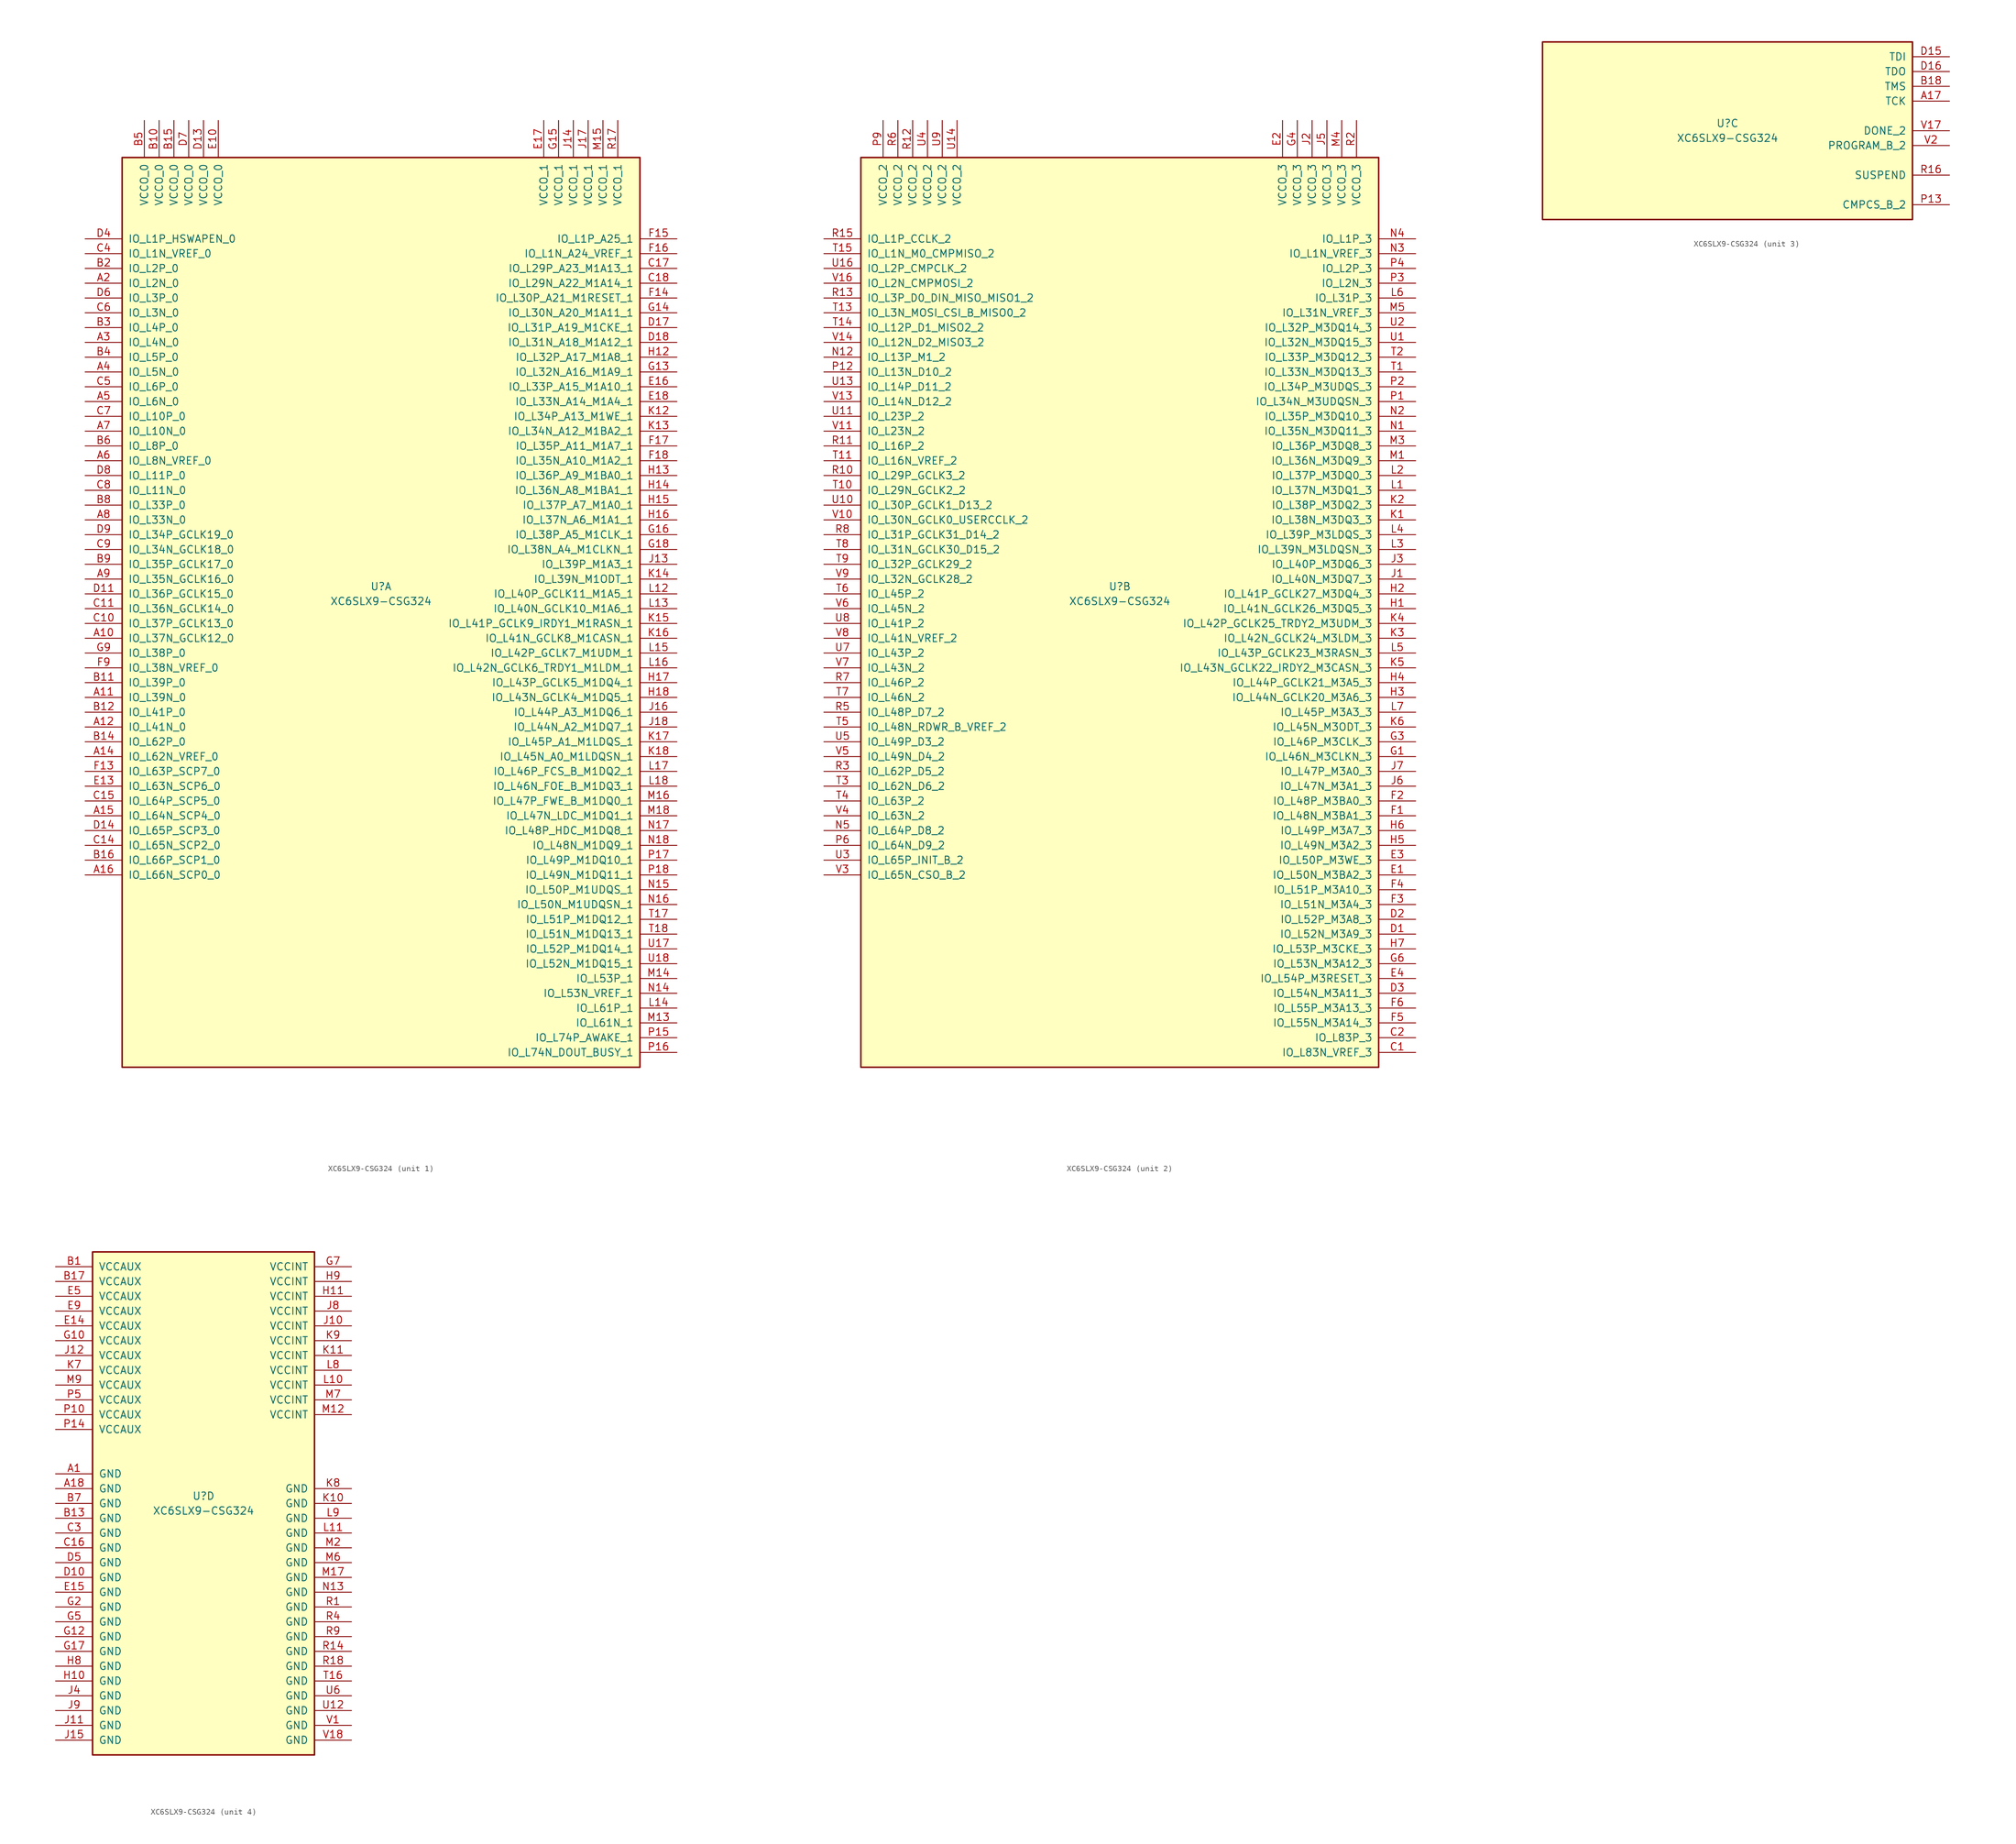
<source format=kicad_sym>
(kicad_symbol_lib
  (version 20201005)
  (generator kicad_symbol_editor)
  (symbol "FPGA_Xilinx_Spartan6:XC6SLX9-CSG324"
    (pin_names
      (offset 1.016))
    (property "Reference" "U"
      (at 0 1.27 0)
      (effects (font (size 1.27 1.27))))
    (property "Value" "XC6SLX9-CSG324"
      (at 0 -1.27 0)
      (effects (font (size 1.27 1.27))))
    (property "Datasheet" ""
      (at 0 0 0)
      (effects (font (size 1.27 1.27))))
    (property "ki_locked" ""
      (at 0 0 0)
      (effects (font (size 1.27 1.27))))
    (symbol "XC6SLX9-CSG324_1_1"
      (rectangle (start -44.45 74.93) (end 44.45 -81.28) (stroke (width 0.254)) (fill (type background)))
      (pin power_in line (at -40.64 81.28 270) (length 6.35) (name "VCCO_0" (effects (font (size 1.27 1.27)))) (number "B5" (effects (font (size 1.27 1.27)))))
      (pin power_in line (at -38.1 81.28 270) (length 6.35) (name "VCCO_0" (effects (font (size 1.27 1.27)))) (number "B10" (effects (font (size 1.27 1.27)))))
      (pin power_in line (at -35.56 81.28 270) (length 6.35) (name "VCCO_0" (effects (font (size 1.27 1.27)))) (number "B15" (effects (font (size 1.27 1.27)))))
      (pin power_in line (at -33.02 81.28 270) (length 6.35) (name "VCCO_0" (effects (font (size 1.27 1.27)))) (number "D7" (effects (font (size 1.27 1.27)))))
      (pin power_in line (at -30.48 81.28 270) (length 6.35) (name "VCCO_0" (effects (font (size 1.27 1.27)))) (number "D13" (effects (font (size 1.27 1.27)))))
      (pin power_in line (at -27.94 81.28 270) (length 6.35) (name "VCCO_0" (effects (font (size 1.27 1.27)))) (number "E10" (effects (font (size 1.27 1.27)))))
      (pin bidirectional line (at -50.8 60.96 0) (length 6.35) (name "IO_L1P_HSWAPEN_0" (effects (font (size 1.27 1.27)))) (number "D4" (effects (font (size 1.27 1.27)))))
      (pin bidirectional line (at -50.8 58.42 0) (length 6.35) (name "IO_L1N_VREF_0" (effects (font (size 1.27 1.27)))) (number "C4" (effects (font (size 1.27 1.27)))))
      (pin bidirectional line (at -50.8 55.88 0) (length 6.35) (name "IO_L2P_0" (effects (font (size 1.27 1.27)))) (number "B2" (effects (font (size 1.27 1.27)))))
      (pin bidirectional line (at -50.8 53.34 0) (length 6.35) (name "IO_L2N_0" (effects (font (size 1.27 1.27)))) (number "A2" (effects (font (size 1.27 1.27)))))
      (pin bidirectional line (at -50.8 50.8 0) (length 6.35) (name "IO_L3P_0" (effects (font (size 1.27 1.27)))) (number "D6" (effects (font (size 1.27 1.27)))))
      (pin bidirectional line (at -50.8 48.26 0) (length 6.35) (name "IO_L3N_0" (effects (font (size 1.27 1.27)))) (number "C6" (effects (font (size 1.27 1.27)))))
      (pin bidirectional line (at -50.8 45.72 0) (length 6.35) (name "IO_L4P_0" (effects (font (size 1.27 1.27)))) (number "B3" (effects (font (size 1.27 1.27)))))
      (pin bidirectional line (at -50.8 43.18 0) (length 6.35) (name "IO_L4N_0" (effects (font (size 1.27 1.27)))) (number "A3" (effects (font (size 1.27 1.27)))))
      (pin bidirectional line (at -50.8 40.64 0) (length 6.35) (name "IO_L5P_0" (effects (font (size 1.27 1.27)))) (number "B4" (effects (font (size 1.27 1.27)))))
      (pin bidirectional line (at -50.8 38.1 0) (length 6.35) (name "IO_L5N_0" (effects (font (size 1.27 1.27)))) (number "A4" (effects (font (size 1.27 1.27)))))
      (pin bidirectional line (at -50.8 35.56 0) (length 6.35) (name "IO_L6P_0" (effects (font (size 1.27 1.27)))) (number "C5" (effects (font (size 1.27 1.27)))))
      (pin bidirectional line (at -50.8 33.02 0) (length 6.35) (name "IO_L6N_0" (effects (font (size 1.27 1.27)))) (number "A5" (effects (font (size 1.27 1.27)))))
      (pin bidirectional line (at -50.8 30.48 0) (length 6.35) (name "IO_L10P_0" (effects (font (size 1.27 1.27)))) (number "C7" (effects (font (size 1.27 1.27)))))
      (pin bidirectional line (at -50.8 27.94 0) (length 6.35) (name "IO_L10N_0" (effects (font (size 1.27 1.27)))) (number "A7" (effects (font (size 1.27 1.27)))))
      (pin bidirectional line (at -50.8 25.4 0) (length 6.35) (name "IO_L8P_0" (effects (font (size 1.27 1.27)))) (number "B6" (effects (font (size 1.27 1.27)))))
      (pin bidirectional line (at -50.8 22.86 0) (length 6.35) (name "IO_L8N_VREF_0" (effects (font (size 1.27 1.27)))) (number "A6" (effects (font (size 1.27 1.27)))))
      (pin bidirectional line (at -50.8 20.32 0) (length 6.35) (name "IO_L11P_0" (effects (font (size 1.27 1.27)))) (number "D8" (effects (font (size 1.27 1.27)))))
      (pin bidirectional line (at -50.8 17.78 0) (length 6.35) (name "IO_L11N_0" (effects (font (size 1.27 1.27)))) (number "C8" (effects (font (size 1.27 1.27)))))
      (pin bidirectional line (at -50.8 15.24 0) (length 6.35) (name "IO_L33P_0" (effects (font (size 1.27 1.27)))) (number "B8" (effects (font (size 1.27 1.27)))))
      (pin bidirectional line (at -50.8 12.7 0) (length 6.35) (name "IO_L33N_0" (effects (font (size 1.27 1.27)))) (number "A8" (effects (font (size 1.27 1.27)))))
      (pin bidirectional line (at -50.8 10.16 0) (length 6.35) (name "IO_L34P_GCLK19_0" (effects (font (size 1.27 1.27)))) (number "D9" (effects (font (size 1.27 1.27)))))
      (pin bidirectional line (at -50.8 7.62 0) (length 6.35) (name "IO_L34N_GCLK18_0" (effects (font (size 1.27 1.27)))) (number "C9" (effects (font (size 1.27 1.27)))))
      (pin bidirectional line (at -50.8 5.08 0) (length 6.35) (name "IO_L35P_GCLK17_0" (effects (font (size 1.27 1.27)))) (number "B9" (effects (font (size 1.27 1.27)))))
      (pin bidirectional line (at -50.8 2.54 0) (length 6.35) (name "IO_L35N_GCLK16_0" (effects (font (size 1.27 1.27)))) (number "A9" (effects (font (size 1.27 1.27)))))
      (pin bidirectional line (at -50.8 0 0) (length 6.35) (name "IO_L36P_GCLK15_0" (effects (font (size 1.27 1.27)))) (number "D11" (effects (font (size 1.27 1.27)))))
      (pin bidirectional line (at -50.8 -2.54 0) (length 6.35) (name "IO_L36N_GCLK14_0" (effects (font (size 1.27 1.27)))) (number "C11" (effects (font (size 1.27 1.27)))))
      (pin bidirectional line (at -50.8 -5.08 0) (length 6.35) (name "IO_L37P_GCLK13_0" (effects (font (size 1.27 1.27)))) (number "C10" (effects (font (size 1.27 1.27)))))
      (pin bidirectional line (at -50.8 -7.62 0) (length 6.35) (name "IO_L37N_GCLK12_0" (effects (font (size 1.27 1.27)))) (number "A10" (effects (font (size 1.27 1.27)))))
      (pin bidirectional line (at -50.8 -10.16 0) (length 6.35) (name "IO_L38P_0" (effects (font (size 1.27 1.27)))) (number "G9" (effects (font (size 1.27 1.27)))))
      (pin bidirectional line (at -50.8 -12.7 0) (length 6.35) (name "IO_L38N_VREF_0" (effects (font (size 1.27 1.27)))) (number "F9" (effects (font (size 1.27 1.27)))))
      (pin bidirectional line (at -50.8 -15.24 0) (length 6.35) (name "IO_L39P_0" (effects (font (size 1.27 1.27)))) (number "B11" (effects (font (size 1.27 1.27)))))
      (pin bidirectional line (at -50.8 -17.78 0) (length 6.35) (name "IO_L39N_0" (effects (font (size 1.27 1.27)))) (number "A11" (effects (font (size 1.27 1.27)))))
      (pin bidirectional line (at -50.8 -20.32 0) (length 6.35) (name "IO_L41P_0" (effects (font (size 1.27 1.27)))) (number "B12" (effects (font (size 1.27 1.27)))))
      (pin bidirectional line (at -50.8 -22.86 0) (length 6.35) (name "IO_L41N_0" (effects (font (size 1.27 1.27)))) (number "A12" (effects (font (size 1.27 1.27)))))
      (pin bidirectional line (at -50.8 -25.4 0) (length 6.35) (name "IO_L62P_0" (effects (font (size 1.27 1.27)))) (number "B14" (effects (font (size 1.27 1.27)))))
      (pin bidirectional line (at -50.8 -27.94 0) (length 6.35) (name "IO_L62N_VREF_0" (effects (font (size 1.27 1.27)))) (number "A14" (effects (font (size 1.27 1.27)))))
      (pin bidirectional line (at -50.8 -30.48 0) (length 6.35) (name "IO_L63P_SCP7_0" (effects (font (size 1.27 1.27)))) (number "F13" (effects (font (size 1.27 1.27)))))
      (pin bidirectional line (at -50.8 -33.02 0) (length 6.35) (name "IO_L63N_SCP6_0" (effects (font (size 1.27 1.27)))) (number "E13" (effects (font (size 1.27 1.27)))))
      (pin bidirectional line (at -50.8 -35.56 0) (length 6.35) (name "IO_L64P_SCP5_0" (effects (font (size 1.27 1.27)))) (number "C15" (effects (font (size 1.27 1.27)))))
      (pin bidirectional line (at -50.8 -38.1 0) (length 6.35) (name "IO_L64N_SCP4_0" (effects (font (size 1.27 1.27)))) (number "A15" (effects (font (size 1.27 1.27)))))
      (pin bidirectional line (at -50.8 -40.64 0) (length 6.35) (name "IO_L65P_SCP3_0" (effects (font (size 1.27 1.27)))) (number "D14" (effects (font (size 1.27 1.27)))))
      (pin bidirectional line (at -50.8 -43.18 0) (length 6.35) (name "IO_L65N_SCP2_0" (effects (font (size 1.27 1.27)))) (number "C14" (effects (font (size 1.27 1.27)))))
      (pin bidirectional line (at -50.8 -45.72 0) (length 6.35) (name "IO_L66P_SCP1_0" (effects (font (size 1.27 1.27)))) (number "B16" (effects (font (size 1.27 1.27)))))
      (pin bidirectional line (at -50.8 -48.26 0) (length 6.35) (name "IO_L66N_SCP0_0" (effects (font (size 1.27 1.27)))) (number "A16" (effects (font (size 1.27 1.27)))))
      (pin power_in line (at 27.94 81.28 270) (length 6.35) (name "VCCO_1" (effects (font (size 1.27 1.27)))) (number "E17" (effects (font (size 1.27 1.27)))))
      (pin power_in line (at 30.48 81.28 270) (length 6.35) (name "VCCO_1" (effects (font (size 1.27 1.27)))) (number "G15" (effects (font (size 1.27 1.27)))))
      (pin power_in line (at 33.02 81.28 270) (length 6.35) (name "VCCO_1" (effects (font (size 1.27 1.27)))) (number "J14" (effects (font (size 1.27 1.27)))))
      (pin power_in line (at 35.56 81.28 270) (length 6.35) (name "VCCO_1" (effects (font (size 1.27 1.27)))) (number "J17" (effects (font (size 1.27 1.27)))))
      (pin power_in line (at 38.1 81.28 270) (length 6.35) (name "VCCO_1" (effects (font (size 1.27 1.27)))) (number "M15" (effects (font (size 1.27 1.27)))))
      (pin power_in line (at 40.64 81.28 270) (length 6.35) (name "VCCO_1" (effects (font (size 1.27 1.27)))) (number "R17" (effects (font (size 1.27 1.27)))))
      (pin bidirectional line (at 50.8 60.96 180) (length 6.35) (name "IO_L1P_A25_1" (effects (font (size 1.27 1.27)))) (number "F15" (effects (font (size 1.27 1.27)))))
      (pin bidirectional line (at 50.8 58.42 180) (length 6.35) (name "IO_L1N_A24_VREF_1" (effects (font (size 1.27 1.27)))) (number "F16" (effects (font (size 1.27 1.27)))))
      (pin bidirectional line (at 50.8 55.88 180) (length 6.35) (name "IO_L29P_A23_M1A13_1" (effects (font (size 1.27 1.27)))) (number "C17" (effects (font (size 1.27 1.27)))))
      (pin bidirectional line (at 50.8 53.34 180) (length 6.35) (name "IO_L29N_A22_M1A14_1" (effects (font (size 1.27 1.27)))) (number "C18" (effects (font (size 1.27 1.27)))))
      (pin bidirectional line (at 50.8 50.8 180) (length 6.35) (name "IO_L30P_A21_M1RESET_1" (effects (font (size 1.27 1.27)))) (number "F14" (effects (font (size 1.27 1.27)))))
      (pin bidirectional line (at 50.8 48.26 180) (length 6.35) (name "IO_L30N_A20_M1A11_1" (effects (font (size 1.27 1.27)))) (number "G14" (effects (font (size 1.27 1.27)))))
      (pin bidirectional line (at 50.8 45.72 180) (length 6.35) (name "IO_L31P_A19_M1CKE_1" (effects (font (size 1.27 1.27)))) (number "D17" (effects (font (size 1.27 1.27)))))
      (pin bidirectional line (at 50.8 43.18 180) (length 6.35) (name "IO_L31N_A18_M1A12_1" (effects (font (size 1.27 1.27)))) (number "D18" (effects (font (size 1.27 1.27)))))
      (pin bidirectional line (at 50.8 40.64 180) (length 6.35) (name "IO_L32P_A17_M1A8_1" (effects (font (size 1.27 1.27)))) (number "H12" (effects (font (size 1.27 1.27)))))
      (pin bidirectional line (at 50.8 38.1 180) (length 6.35) (name "IO_L32N_A16_M1A9_1" (effects (font (size 1.27 1.27)))) (number "G13" (effects (font (size 1.27 1.27)))))
      (pin bidirectional line (at 50.8 35.56 180) (length 6.35) (name "IO_L33P_A15_M1A10_1" (effects (font (size 1.27 1.27)))) (number "E16" (effects (font (size 1.27 1.27)))))
      (pin bidirectional line (at 50.8 33.02 180) (length 6.35) (name "IO_L33N_A14_M1A4_1" (effects (font (size 1.27 1.27)))) (number "E18" (effects (font (size 1.27 1.27)))))
      (pin bidirectional line (at 50.8 30.48 180) (length 6.35) (name "IO_L34P_A13_M1WE_1" (effects (font (size 1.27 1.27)))) (number "K12" (effects (font (size 1.27 1.27)))))
      (pin bidirectional line (at 50.8 27.94 180) (length 6.35) (name "IO_L34N_A12_M1BA2_1" (effects (font (size 1.27 1.27)))) (number "K13" (effects (font (size 1.27 1.27)))))
      (pin bidirectional line (at 50.8 25.4 180) (length 6.35) (name "IO_L35P_A11_M1A7_1" (effects (font (size 1.27 1.27)))) (number "F17" (effects (font (size 1.27 1.27)))))
      (pin bidirectional line (at 50.8 22.86 180) (length 6.35) (name "IO_L35N_A10_M1A2_1" (effects (font (size 1.27 1.27)))) (number "F18" (effects (font (size 1.27 1.27)))))
      (pin bidirectional line (at 50.8 20.32 180) (length 6.35) (name "IO_L36P_A9_M1BA0_1" (effects (font (size 1.27 1.27)))) (number "H13" (effects (font (size 1.27 1.27)))))
      (pin bidirectional line (at 50.8 17.78 180) (length 6.35) (name "IO_L36N_A8_M1BA1_1" (effects (font (size 1.27 1.27)))) (number "H14" (effects (font (size 1.27 1.27)))))
      (pin bidirectional line (at 50.8 15.24 180) (length 6.35) (name "IO_L37P_A7_M1A0_1" (effects (font (size 1.27 1.27)))) (number "H15" (effects (font (size 1.27 1.27)))))
      (pin bidirectional line (at 50.8 12.7 180) (length 6.35) (name "IO_L37N_A6_M1A1_1" (effects (font (size 1.27 1.27)))) (number "H16" (effects (font (size 1.27 1.27)))))
      (pin bidirectional line (at 50.8 10.16 180) (length 6.35) (name "IO_L38P_A5_M1CLK_1" (effects (font (size 1.27 1.27)))) (number "G16" (effects (font (size 1.27 1.27)))))
      (pin bidirectional line (at 50.8 7.62 180) (length 6.35) (name "IO_L38N_A4_M1CLKN_1" (effects (font (size 1.27 1.27)))) (number "G18" (effects (font (size 1.27 1.27)))))
      (pin bidirectional line (at 50.8 5.08 180) (length 6.35) (name "IO_L39P_M1A3_1" (effects (font (size 1.27 1.27)))) (number "J13" (effects (font (size 1.27 1.27)))))
      (pin bidirectional line (at 50.8 2.54 180) (length 6.35) (name "IO_L39N_M1ODT_1" (effects (font (size 1.27 1.27)))) (number "K14" (effects (font (size 1.27 1.27)))))
      (pin bidirectional line (at 50.8 0 180) (length 6.35) (name "IO_L40P_GCLK11_M1A5_1" (effects (font (size 1.27 1.27)))) (number "L12" (effects (font (size 1.27 1.27)))))
      (pin bidirectional line (at 50.8 -2.54 180) (length 6.35) (name "IO_L40N_GCLK10_M1A6_1" (effects (font (size 1.27 1.27)))) (number "L13" (effects (font (size 1.27 1.27)))))
      (pin bidirectional line (at 50.8 -5.08 180) (length 6.35) (name "IO_L41P_GCLK9_IRDY1_M1RASN_1" (effects (font (size 1.27 1.27)))) (number "K15" (effects (font (size 1.27 1.27)))))
      (pin bidirectional line (at 50.8 -7.62 180) (length 6.35) (name "IO_L41N_GCLK8_M1CASN_1" (effects (font (size 1.27 1.27)))) (number "K16" (effects (font (size 1.27 1.27)))))
      (pin bidirectional line (at 50.8 -10.16 180) (length 6.35) (name "IO_L42P_GCLK7_M1UDM_1" (effects (font (size 1.27 1.27)))) (number "L15" (effects (font (size 1.27 1.27)))))
      (pin bidirectional line (at 50.8 -12.7 180) (length 6.35) (name "IO_L42N_GCLK6_TRDY1_M1LDM_1" (effects (font (size 1.27 1.27)))) (number "L16" (effects (font (size 1.27 1.27)))))
      (pin bidirectional line (at 50.8 -15.24 180) (length 6.35) (name "IO_L43P_GCLK5_M1DQ4_1" (effects (font (size 1.27 1.27)))) (number "H17" (effects (font (size 1.27 1.27)))))
      (pin bidirectional line (at 50.8 -17.78 180) (length 6.35) (name "IO_L43N_GCLK4_M1DQ5_1" (effects (font (size 1.27 1.27)))) (number "H18" (effects (font (size 1.27 1.27)))))
      (pin bidirectional line (at 50.8 -20.32 180) (length 6.35) (name "IO_L44P_A3_M1DQ6_1" (effects (font (size 1.27 1.27)))) (number "J16" (effects (font (size 1.27 1.27)))))
      (pin bidirectional line (at 50.8 -22.86 180) (length 6.35) (name "IO_L44N_A2_M1DQ7_1" (effects (font (size 1.27 1.27)))) (number "J18" (effects (font (size 1.27 1.27)))))
      (pin bidirectional line (at 50.8 -25.4 180) (length 6.35) (name "IO_L45P_A1_M1LDQS_1" (effects (font (size 1.27 1.27)))) (number "K17" (effects (font (size 1.27 1.27)))))
      (pin bidirectional line (at 50.8 -27.94 180) (length 6.35) (name "IO_L45N_A0_M1LDQSN_1" (effects (font (size 1.27 1.27)))) (number "K18" (effects (font (size 1.27 1.27)))))
      (pin bidirectional line (at 50.8 -30.48 180) (length 6.35) (name "IO_L46P_FCS_B_M1DQ2_1" (effects (font (size 1.27 1.27)))) (number "L17" (effects (font (size 1.27 1.27)))))
      (pin bidirectional line (at 50.8 -33.02 180) (length 6.35) (name "IO_L46N_FOE_B_M1DQ3_1" (effects (font (size 1.27 1.27)))) (number "L18" (effects (font (size 1.27 1.27)))))
      (pin bidirectional line (at 50.8 -35.56 180) (length 6.35) (name "IO_L47P_FWE_B_M1DQ0_1" (effects (font (size 1.27 1.27)))) (number "M16" (effects (font (size 1.27 1.27)))))
      (pin bidirectional line (at 50.8 -38.1 180) (length 6.35) (name "IO_L47N_LDC_M1DQ1_1" (effects (font (size 1.27 1.27)))) (number "M18" (effects (font (size 1.27 1.27)))))
      (pin bidirectional line (at 50.8 -40.64 180) (length 6.35) (name "IO_L48P_HDC_M1DQ8_1" (effects (font (size 1.27 1.27)))) (number "N17" (effects (font (size 1.27 1.27)))))
      (pin bidirectional line (at 50.8 -43.18 180) (length 6.35) (name "IO_L48N_M1DQ9_1" (effects (font (size 1.27 1.27)))) (number "N18" (effects (font (size 1.27 1.27)))))
      (pin bidirectional line (at 50.8 -45.72 180) (length 6.35) (name "IO_L49P_M1DQ10_1" (effects (font (size 1.27 1.27)))) (number "P17" (effects (font (size 1.27 1.27)))))
      (pin bidirectional line (at 50.8 -48.26 180) (length 6.35) (name "IO_L49N_M1DQ11_1" (effects (font (size 1.27 1.27)))) (number "P18" (effects (font (size 1.27 1.27)))))
      (pin bidirectional line (at 50.8 -50.8 180) (length 6.35) (name "IO_L50P_M1UDQS_1" (effects (font (size 1.27 1.27)))) (number "N15" (effects (font (size 1.27 1.27)))))
      (pin bidirectional line (at 50.8 -53.34 180) (length 6.35) (name "IO_L50N_M1UDQSN_1" (effects (font (size 1.27 1.27)))) (number "N16" (effects (font (size 1.27 1.27)))))
      (pin bidirectional line (at 50.8 -55.88 180) (length 6.35) (name "IO_L51P_M1DQ12_1" (effects (font (size 1.27 1.27)))) (number "T17" (effects (font (size 1.27 1.27)))))
      (pin bidirectional line (at 50.8 -58.42 180) (length 6.35) (name "IO_L51N_M1DQ13_1" (effects (font (size 1.27 1.27)))) (number "T18" (effects (font (size 1.27 1.27)))))
      (pin bidirectional line (at 50.8 -60.96 180) (length 6.35) (name "IO_L52P_M1DQ14_1" (effects (font (size 1.27 1.27)))) (number "U17" (effects (font (size 1.27 1.27)))))
      (pin bidirectional line (at 50.8 -63.5 180) (length 6.35) (name "IO_L52N_M1DQ15_1" (effects (font (size 1.27 1.27)))) (number "U18" (effects (font (size 1.27 1.27)))))
      (pin bidirectional line (at 50.8 -66.04 180) (length 6.35) (name "IO_L53P_1" (effects (font (size 1.27 1.27)))) (number "M14" (effects (font (size 1.27 1.27)))))
      (pin bidirectional line (at 50.8 -68.58 180) (length 6.35) (name "IO_L53N_VREF_1" (effects (font (size 1.27 1.27)))) (number "N14" (effects (font (size 1.27 1.27)))))
      (pin bidirectional line (at 50.8 -71.12 180) (length 6.35) (name "IO_L61P_1" (effects (font (size 1.27 1.27)))) (number "L14" (effects (font (size 1.27 1.27)))))
      (pin bidirectional line (at 50.8 -73.66 180) (length 6.35) (name "IO_L61N_1" (effects (font (size 1.27 1.27)))) (number "M13" (effects (font (size 1.27 1.27)))))
      (pin bidirectional line (at 50.8 -76.2 180) (length 6.35) (name "IO_L74P_AWAKE_1" (effects (font (size 1.27 1.27)))) (number "P15" (effects (font (size 1.27 1.27)))))
      (pin bidirectional line (at 50.8 -78.74 180) (length 6.35) (name "IO_L74N_DOUT_BUSY_1" (effects (font (size 1.27 1.27)))) (number "P16" (effects (font (size 1.27 1.27))))))
    (symbol "XC6SLX9-CSG324_2_1"
      (rectangle (start -44.45 74.93) (end 44.45 -81.28) (stroke (width 0.254)) (fill (type background)))
      (pin power_in line (at -40.64 81.28 270) (length 6.35) (name "VCCO_2" (effects (font (size 1.27 1.27)))) (number "P9" (effects (font (size 1.27 1.27)))))
      (pin power_in line (at -38.1 81.28 270) (length 6.35) (name "VCCO_2" (effects (font (size 1.27 1.27)))) (number "R6" (effects (font (size 1.27 1.27)))))
      (pin power_in line (at -35.56 81.28 270) (length 6.35) (name "VCCO_2" (effects (font (size 1.27 1.27)))) (number "R12" (effects (font (size 1.27 1.27)))))
      (pin power_in line (at -33.02 81.28 270) (length 6.35) (name "VCCO_2" (effects (font (size 1.27 1.27)))) (number "U4" (effects (font (size 1.27 1.27)))))
      (pin power_in line (at -30.48 81.28 270) (length 6.35) (name "VCCO_2" (effects (font (size 1.27 1.27)))) (number "U9" (effects (font (size 1.27 1.27)))))
      (pin power_in line (at -27.94 81.28 270) (length 6.35) (name "VCCO_2" (effects (font (size 1.27 1.27)))) (number "U14" (effects (font (size 1.27 1.27)))))
      (pin bidirectional line (at -50.8 60.96 0) (length 6.35) (name "IO_L1P_CCLK_2" (effects (font (size 1.27 1.27)))) (number "R15" (effects (font (size 1.27 1.27)))))
      (pin bidirectional line (at -50.8 58.42 0) (length 6.35) (name "IO_L1N_M0_CMPMISO_2" (effects (font (size 1.27 1.27)))) (number "T15" (effects (font (size 1.27 1.27)))))
      (pin bidirectional line (at -50.8 55.88 0) (length 6.35) (name "IO_L2P_CMPCLK_2" (effects (font (size 1.27 1.27)))) (number "U16" (effects (font (size 1.27 1.27)))))
      (pin bidirectional line (at -50.8 53.34 0) (length 6.35) (name "IO_L2N_CMPMOSI_2" (effects (font (size 1.27 1.27)))) (number "V16" (effects (font (size 1.27 1.27)))))
      (pin bidirectional line (at -50.8 50.8 0) (length 6.35) (name "IO_L3P_D0_DIN_MISO_MISO1_2" (effects (font (size 1.27 1.27)))) (number "R13" (effects (font (size 1.27 1.27)))))
      (pin bidirectional line (at -50.8 48.26 0) (length 6.35) (name "IO_L3N_MOSI_CSI_B_MISO0_2" (effects (font (size 1.27 1.27)))) (number "T13" (effects (font (size 1.27 1.27)))))
      (pin bidirectional line (at -50.8 45.72 0) (length 6.35) (name "IO_L12P_D1_MISO2_2" (effects (font (size 1.27 1.27)))) (number "T14" (effects (font (size 1.27 1.27)))))
      (pin bidirectional line (at -50.8 43.18 0) (length 6.35) (name "IO_L12N_D2_MISO3_2" (effects (font (size 1.27 1.27)))) (number "V14" (effects (font (size 1.27 1.27)))))
      (pin bidirectional line (at -50.8 40.64 0) (length 6.35) (name "IO_L13P_M1_2" (effects (font (size 1.27 1.27)))) (number "N12" (effects (font (size 1.27 1.27)))))
      (pin bidirectional line (at -50.8 38.1 0) (length 6.35) (name "IO_L13N_D10_2" (effects (font (size 1.27 1.27)))) (number "P12" (effects (font (size 1.27 1.27)))))
      (pin bidirectional line (at -50.8 35.56 0) (length 6.35) (name "IO_L14P_D11_2" (effects (font (size 1.27 1.27)))) (number "U13" (effects (font (size 1.27 1.27)))))
      (pin bidirectional line (at -50.8 33.02 0) (length 6.35) (name "IO_L14N_D12_2" (effects (font (size 1.27 1.27)))) (number "V13" (effects (font (size 1.27 1.27)))))
      (pin bidirectional line (at -50.8 30.48 0) (length 6.35) (name "IO_L23P_2" (effects (font (size 1.27 1.27)))) (number "U11" (effects (font (size 1.27 1.27)))))
      (pin bidirectional line (at -50.8 27.94 0) (length 6.35) (name "IO_L23N_2" (effects (font (size 1.27 1.27)))) (number "V11" (effects (font (size 1.27 1.27)))))
      (pin bidirectional line (at -50.8 25.4 0) (length 6.35) (name "IO_L16P_2" (effects (font (size 1.27 1.27)))) (number "R11" (effects (font (size 1.27 1.27)))))
      (pin bidirectional line (at -50.8 22.86 0) (length 6.35) (name "IO_L16N_VREF_2" (effects (font (size 1.27 1.27)))) (number "T11" (effects (font (size 1.27 1.27)))))
      (pin bidirectional line (at -50.8 20.32 0) (length 6.35) (name "IO_L29P_GCLK3_2" (effects (font (size 1.27 1.27)))) (number "R10" (effects (font (size 1.27 1.27)))))
      (pin bidirectional line (at -50.8 17.78 0) (length 6.35) (name "IO_L29N_GCLK2_2" (effects (font (size 1.27 1.27)))) (number "T10" (effects (font (size 1.27 1.27)))))
      (pin bidirectional line (at -50.8 15.24 0) (length 6.35) (name "IO_L30P_GCLK1_D13_2" (effects (font (size 1.27 1.27)))) (number "U10" (effects (font (size 1.27 1.27)))))
      (pin bidirectional line (at -50.8 12.7 0) (length 6.35) (name "IO_L30N_GCLK0_USERCCLK_2" (effects (font (size 1.27 1.27)))) (number "V10" (effects (font (size 1.27 1.27)))))
      (pin bidirectional line (at -50.8 10.16 0) (length 6.35) (name "IO_L31P_GCLK31_D14_2" (effects (font (size 1.27 1.27)))) (number "R8" (effects (font (size 1.27 1.27)))))
      (pin bidirectional line (at -50.8 7.62 0) (length 6.35) (name "IO_L31N_GCLK30_D15_2" (effects (font (size 1.27 1.27)))) (number "T8" (effects (font (size 1.27 1.27)))))
      (pin bidirectional line (at -50.8 5.08 0) (length 6.35) (name "IO_L32P_GCLK29_2" (effects (font (size 1.27 1.27)))) (number "T9" (effects (font (size 1.27 1.27)))))
      (pin bidirectional line (at -50.8 2.54 0) (length 6.35) (name "IO_L32N_GCLK28_2" (effects (font (size 1.27 1.27)))) (number "V9" (effects (font (size 1.27 1.27)))))
      (pin bidirectional line (at -50.8 0 0) (length 6.35) (name "IO_L45P_2" (effects (font (size 1.27 1.27)))) (number "T6" (effects (font (size 1.27 1.27)))))
      (pin bidirectional line (at -50.8 -2.54 0) (length 6.35) (name "IO_L45N_2" (effects (font (size 1.27 1.27)))) (number "V6" (effects (font (size 1.27 1.27)))))
      (pin bidirectional line (at -50.8 -5.08 0) (length 6.35) (name "IO_L41P_2" (effects (font (size 1.27 1.27)))) (number "U8" (effects (font (size 1.27 1.27)))))
      (pin bidirectional line (at -50.8 -7.62 0) (length 6.35) (name "IO_L41N_VREF_2" (effects (font (size 1.27 1.27)))) (number "V8" (effects (font (size 1.27 1.27)))))
      (pin bidirectional line (at -50.8 -10.16 0) (length 6.35) (name "IO_L43P_2" (effects (font (size 1.27 1.27)))) (number "U7" (effects (font (size 1.27 1.27)))))
      (pin bidirectional line (at -50.8 -12.7 0) (length 6.35) (name "IO_L43N_2" (effects (font (size 1.27 1.27)))) (number "V7" (effects (font (size 1.27 1.27)))))
      (pin bidirectional line (at -50.8 -15.24 0) (length 6.35) (name "IO_L46P_2" (effects (font (size 1.27 1.27)))) (number "R7" (effects (font (size 1.27 1.27)))))
      (pin bidirectional line (at -50.8 -17.78 0) (length 6.35) (name "IO_L46N_2" (effects (font (size 1.27 1.27)))) (number "T7" (effects (font (size 1.27 1.27)))))
      (pin bidirectional line (at -50.8 -20.32 0) (length 6.35) (name "IO_L48P_D7_2" (effects (font (size 1.27 1.27)))) (number "R5" (effects (font (size 1.27 1.27)))))
      (pin bidirectional line (at -50.8 -22.86 0) (length 6.35) (name "IO_L48N_RDWR_B_VREF_2" (effects (font (size 1.27 1.27)))) (number "T5" (effects (font (size 1.27 1.27)))))
      (pin bidirectional line (at -50.8 -25.4 0) (length 6.35) (name "IO_L49P_D3_2" (effects (font (size 1.27 1.27)))) (number "U5" (effects (font (size 1.27 1.27)))))
      (pin bidirectional line (at -50.8 -27.94 0) (length 6.35) (name "IO_L49N_D4_2" (effects (font (size 1.27 1.27)))) (number "V5" (effects (font (size 1.27 1.27)))))
      (pin bidirectional line (at -50.8 -30.48 0) (length 6.35) (name "IO_L62P_D5_2" (effects (font (size 1.27 1.27)))) (number "R3" (effects (font (size 1.27 1.27)))))
      (pin bidirectional line (at -50.8 -33.02 0) (length 6.35) (name "IO_L62N_D6_2" (effects (font (size 1.27 1.27)))) (number "T3" (effects (font (size 1.27 1.27)))))
      (pin bidirectional line (at -50.8 -35.56 0) (length 6.35) (name "IO_L63P_2" (effects (font (size 1.27 1.27)))) (number "T4" (effects (font (size 1.27 1.27)))))
      (pin bidirectional line (at -50.8 -38.1 0) (length 6.35) (name "IO_L63N_2" (effects (font (size 1.27 1.27)))) (number "V4" (effects (font (size 1.27 1.27)))))
      (pin bidirectional line (at -50.8 -40.64 0) (length 6.35) (name "IO_L64P_D8_2" (effects (font (size 1.27 1.27)))) (number "N5" (effects (font (size 1.27 1.27)))))
      (pin bidirectional line (at -50.8 -43.18 0) (length 6.35) (name "IO_L64N_D9_2" (effects (font (size 1.27 1.27)))) (number "P6" (effects (font (size 1.27 1.27)))))
      (pin bidirectional line (at -50.8 -45.72 0) (length 6.35) (name "IO_L65P_INIT_B_2" (effects (font (size 1.27 1.27)))) (number "U3" (effects (font (size 1.27 1.27)))))
      (pin bidirectional line (at -50.8 -48.26 0) (length 6.35) (name "IO_L65N_CSO_B_2" (effects (font (size 1.27 1.27)))) (number "V3" (effects (font (size 1.27 1.27)))))
      (pin power_in line (at 27.94 81.28 270) (length 6.35) (name "VCCO_3" (effects (font (size 1.27 1.27)))) (number "E2" (effects (font (size 1.27 1.27)))))
      (pin power_in line (at 30.48 81.28 270) (length 6.35) (name "VCCO_3" (effects (font (size 1.27 1.27)))) (number "G4" (effects (font (size 1.27 1.27)))))
      (pin power_in line (at 33.02 81.28 270) (length 6.35) (name "VCCO_3" (effects (font (size 1.27 1.27)))) (number "J2" (effects (font (size 1.27 1.27)))))
      (pin power_in line (at 35.56 81.28 270) (length 6.35) (name "VCCO_3" (effects (font (size 1.27 1.27)))) (number "J5" (effects (font (size 1.27 1.27)))))
      (pin power_in line (at 38.1 81.28 270) (length 6.35) (name "VCCO_3" (effects (font (size 1.27 1.27)))) (number "M4" (effects (font (size 1.27 1.27)))))
      (pin power_in line (at 40.64 81.28 270) (length 6.35) (name "VCCO_3" (effects (font (size 1.27 1.27)))) (number "R2" (effects (font (size 1.27 1.27)))))
      (pin bidirectional line (at 50.8 60.96 180) (length 6.35) (name "IO_L1P_3" (effects (font (size 1.27 1.27)))) (number "N4" (effects (font (size 1.27 1.27)))))
      (pin bidirectional line (at 50.8 58.42 180) (length 6.35) (name "IO_L1N_VREF_3" (effects (font (size 1.27 1.27)))) (number "N3" (effects (font (size 1.27 1.27)))))
      (pin bidirectional line (at 50.8 55.88 180) (length 6.35) (name "IO_L2P_3" (effects (font (size 1.27 1.27)))) (number "P4" (effects (font (size 1.27 1.27)))))
      (pin bidirectional line (at 50.8 53.34 180) (length 6.35) (name "IO_L2N_3" (effects (font (size 1.27 1.27)))) (number "P3" (effects (font (size 1.27 1.27)))))
      (pin bidirectional line (at 50.8 50.8 180) (length 6.35) (name "IO_L31P_3" (effects (font (size 1.27 1.27)))) (number "L6" (effects (font (size 1.27 1.27)))))
      (pin bidirectional line (at 50.8 48.26 180) (length 6.35) (name "IO_L31N_VREF_3" (effects (font (size 1.27 1.27)))) (number "M5" (effects (font (size 1.27 1.27)))))
      (pin bidirectional line (at 50.8 45.72 180) (length 6.35) (name "IO_L32P_M3DQ14_3" (effects (font (size 1.27 1.27)))) (number "U2" (effects (font (size 1.27 1.27)))))
      (pin bidirectional line (at 50.8 43.18 180) (length 6.35) (name "IO_L32N_M3DQ15_3" (effects (font (size 1.27 1.27)))) (number "U1" (effects (font (size 1.27 1.27)))))
      (pin bidirectional line (at 50.8 40.64 180) (length 6.35) (name "IO_L33P_M3DQ12_3" (effects (font (size 1.27 1.27)))) (number "T2" (effects (font (size 1.27 1.27)))))
      (pin bidirectional line (at 50.8 38.1 180) (length 6.35) (name "IO_L33N_M3DQ13_3" (effects (font (size 1.27 1.27)))) (number "T1" (effects (font (size 1.27 1.27)))))
      (pin bidirectional line (at 50.8 35.56 180) (length 6.35) (name "IO_L34P_M3UDQS_3" (effects (font (size 1.27 1.27)))) (number "P2" (effects (font (size 1.27 1.27)))))
      (pin bidirectional line (at 50.8 33.02 180) (length 6.35) (name "IO_L34N_M3UDQSN_3" (effects (font (size 1.27 1.27)))) (number "P1" (effects (font (size 1.27 1.27)))))
      (pin bidirectional line (at 50.8 30.48 180) (length 6.35) (name "IO_L35P_M3DQ10_3" (effects (font (size 1.27 1.27)))) (number "N2" (effects (font (size 1.27 1.27)))))
      (pin bidirectional line (at 50.8 27.94 180) (length 6.35) (name "IO_L35N_M3DQ11_3" (effects (font (size 1.27 1.27)))) (number "N1" (effects (font (size 1.27 1.27)))))
      (pin bidirectional line (at 50.8 25.4 180) (length 6.35) (name "IO_L36P_M3DQ8_3" (effects (font (size 1.27 1.27)))) (number "M3" (effects (font (size 1.27 1.27)))))
      (pin bidirectional line (at 50.8 22.86 180) (length 6.35) (name "IO_L36N_M3DQ9_3" (effects (font (size 1.27 1.27)))) (number "M1" (effects (font (size 1.27 1.27)))))
      (pin bidirectional line (at 50.8 20.32 180) (length 6.35) (name "IO_L37P_M3DQ0_3" (effects (font (size 1.27 1.27)))) (number "L2" (effects (font (size 1.27 1.27)))))
      (pin bidirectional line (at 50.8 17.78 180) (length 6.35) (name "IO_L37N_M3DQ1_3" (effects (font (size 1.27 1.27)))) (number "L1" (effects (font (size 1.27 1.27)))))
      (pin bidirectional line (at 50.8 15.24 180) (length 6.35) (name "IO_L38P_M3DQ2_3" (effects (font (size 1.27 1.27)))) (number "K2" (effects (font (size 1.27 1.27)))))
      (pin bidirectional line (at 50.8 12.7 180) (length 6.35) (name "IO_L38N_M3DQ3_3" (effects (font (size 1.27 1.27)))) (number "K1" (effects (font (size 1.27 1.27)))))
      (pin bidirectional line (at 50.8 10.16 180) (length 6.35) (name "IO_L39P_M3LDQS_3" (effects (font (size 1.27 1.27)))) (number "L4" (effects (font (size 1.27 1.27)))))
      (pin bidirectional line (at 50.8 7.62 180) (length 6.35) (name "IO_L39N_M3LDQSN_3" (effects (font (size 1.27 1.27)))) (number "L3" (effects (font (size 1.27 1.27)))))
      (pin bidirectional line (at 50.8 5.08 180) (length 6.35) (name "IO_L40P_M3DQ6_3" (effects (font (size 1.27 1.27)))) (number "J3" (effects (font (size 1.27 1.27)))))
      (pin bidirectional line (at 50.8 2.54 180) (length 6.35) (name "IO_L40N_M3DQ7_3" (effects (font (size 1.27 1.27)))) (number "J1" (effects (font (size 1.27 1.27)))))
      (pin bidirectional line (at 50.8 0 180) (length 6.35) (name "IO_L41P_GCLK27_M3DQ4_3" (effects (font (size 1.27 1.27)))) (number "H2" (effects (font (size 1.27 1.27)))))
      (pin bidirectional line (at 50.8 -2.54 180) (length 6.35) (name "IO_L41N_GCLK26_M3DQ5_3" (effects (font (size 1.27 1.27)))) (number "H1" (effects (font (size 1.27 1.27)))))
      (pin bidirectional line (at 50.8 -5.08 180) (length 6.35) (name "IO_L42P_GCLK25_TRDY2_M3UDM_3" (effects (font (size 1.27 1.27)))) (number "K4" (effects (font (size 1.27 1.27)))))
      (pin bidirectional line (at 50.8 -7.62 180) (length 6.35) (name "IO_L42N_GCLK24_M3LDM_3" (effects (font (size 1.27 1.27)))) (number "K3" (effects (font (size 1.27 1.27)))))
      (pin bidirectional line (at 50.8 -10.16 180) (length 6.35) (name "IO_L43P_GCLK23_M3RASN_3" (effects (font (size 1.27 1.27)))) (number "L5" (effects (font (size 1.27 1.27)))))
      (pin bidirectional line (at 50.8 -12.7 180) (length 6.35) (name "IO_L43N_GCLK22_IRDY2_M3CASN_3" (effects (font (size 1.27 1.27)))) (number "K5" (effects (font (size 1.27 1.27)))))
      (pin bidirectional line (at 50.8 -15.24 180) (length 6.35) (name "IO_L44P_GCLK21_M3A5_3" (effects (font (size 1.27 1.27)))) (number "H4" (effects (font (size 1.27 1.27)))))
      (pin bidirectional line (at 50.8 -17.78 180) (length 6.35) (name "IO_L44N_GCLK20_M3A6_3" (effects (font (size 1.27 1.27)))) (number "H3" (effects (font (size 1.27 1.27)))))
      (pin bidirectional line (at 50.8 -20.32 180) (length 6.35) (name "IO_L45P_M3A3_3" (effects (font (size 1.27 1.27)))) (number "L7" (effects (font (size 1.27 1.27)))))
      (pin bidirectional line (at 50.8 -22.86 180) (length 6.35) (name "IO_L45N_M3ODT_3" (effects (font (size 1.27 1.27)))) (number "K6" (effects (font (size 1.27 1.27)))))
      (pin bidirectional line (at 50.8 -25.4 180) (length 6.35) (name "IO_L46P_M3CLK_3" (effects (font (size 1.27 1.27)))) (number "G3" (effects (font (size 1.27 1.27)))))
      (pin bidirectional line (at 50.8 -27.94 180) (length 6.35) (name "IO_L46N_M3CLKN_3" (effects (font (size 1.27 1.27)))) (number "G1" (effects (font (size 1.27 1.27)))))
      (pin bidirectional line (at 50.8 -30.48 180) (length 6.35) (name "IO_L47P_M3A0_3" (effects (font (size 1.27 1.27)))) (number "J7" (effects (font (size 1.27 1.27)))))
      (pin bidirectional line (at 50.8 -33.02 180) (length 6.35) (name "IO_L47N_M3A1_3" (effects (font (size 1.27 1.27)))) (number "J6" (effects (font (size 1.27 1.27)))))
      (pin bidirectional line (at 50.8 -35.56 180) (length 6.35) (name "IO_L48P_M3BA0_3" (effects (font (size 1.27 1.27)))) (number "F2" (effects (font (size 1.27 1.27)))))
      (pin bidirectional line (at 50.8 -38.1 180) (length 6.35) (name "IO_L48N_M3BA1_3" (effects (font (size 1.27 1.27)))) (number "F1" (effects (font (size 1.27 1.27)))))
      (pin bidirectional line (at 50.8 -40.64 180) (length 6.35) (name "IO_L49P_M3A7_3" (effects (font (size 1.27 1.27)))) (number "H6" (effects (font (size 1.27 1.27)))))
      (pin bidirectional line (at 50.8 -43.18 180) (length 6.35) (name "IO_L49N_M3A2_3" (effects (font (size 1.27 1.27)))) (number "H5" (effects (font (size 1.27 1.27)))))
      (pin bidirectional line (at 50.8 -45.72 180) (length 6.35) (name "IO_L50P_M3WE_3" (effects (font (size 1.27 1.27)))) (number "E3" (effects (font (size 1.27 1.27)))))
      (pin bidirectional line (at 50.8 -48.26 180) (length 6.35) (name "IO_L50N_M3BA2_3" (effects (font (size 1.27 1.27)))) (number "E1" (effects (font (size 1.27 1.27)))))
      (pin bidirectional line (at 50.8 -50.8 180) (length 6.35) (name "IO_L51P_M3A10_3" (effects (font (size 1.27 1.27)))) (number "F4" (effects (font (size 1.27 1.27)))))
      (pin bidirectional line (at 50.8 -53.34 180) (length 6.35) (name "IO_L51N_M3A4_3" (effects (font (size 1.27 1.27)))) (number "F3" (effects (font (size 1.27 1.27)))))
      (pin bidirectional line (at 50.8 -55.88 180) (length 6.35) (name "IO_L52P_M3A8_3" (effects (font (size 1.27 1.27)))) (number "D2" (effects (font (size 1.27 1.27)))))
      (pin bidirectional line (at 50.8 -58.42 180) (length 6.35) (name "IO_L52N_M3A9_3" (effects (font (size 1.27 1.27)))) (number "D1" (effects (font (size 1.27 1.27)))))
      (pin bidirectional line (at 50.8 -60.96 180) (length 6.35) (name "IO_L53P_M3CKE_3" (effects (font (size 1.27 1.27)))) (number "H7" (effects (font (size 1.27 1.27)))))
      (pin bidirectional line (at 50.8 -63.5 180) (length 6.35) (name "IO_L53N_M3A12_3" (effects (font (size 1.27 1.27)))) (number "G6" (effects (font (size 1.27 1.27)))))
      (pin bidirectional line (at 50.8 -66.04 180) (length 6.35) (name "IO_L54P_M3RESET_3" (effects (font (size 1.27 1.27)))) (number "E4" (effects (font (size 1.27 1.27)))))
      (pin bidirectional line (at 50.8 -68.58 180) (length 6.35) (name "IO_L54N_M3A11_3" (effects (font (size 1.27 1.27)))) (number "D3" (effects (font (size 1.27 1.27)))))
      (pin bidirectional line (at 50.8 -71.12 180) (length 6.35) (name "IO_L55P_M3A13_3" (effects (font (size 1.27 1.27)))) (number "F6" (effects (font (size 1.27 1.27)))))
      (pin bidirectional line (at 50.8 -73.66 180) (length 6.35) (name "IO_L55N_M3A14_3" (effects (font (size 1.27 1.27)))) (number "F5" (effects (font (size 1.27 1.27)))))
      (pin bidirectional line (at 50.8 -76.2 180) (length 6.35) (name "IO_L83P_3" (effects (font (size 1.27 1.27)))) (number "C2" (effects (font (size 1.27 1.27)))))
      (pin bidirectional line (at 50.8 -78.74 180) (length 6.35) (name "IO_L83N_VREF_3" (effects (font (size 1.27 1.27)))) (number "C1" (effects (font (size 1.27 1.27))))))
    (symbol "XC6SLX9-CSG324_3_1"
      (rectangle (start -31.75 15.24) (end 31.75 -15.24) (stroke (width 0.254)) (fill (type background)))
      (pin bidirectional line (at 38.1 12.7 180) (length 6.35) (name "TDI" (effects (font (size 1.27 1.27)))) (number "D15" (effects (font (size 1.27 1.27)))))
      (pin bidirectional line (at 38.1 10.16 180) (length 6.35) (name "TDO" (effects (font (size 1.27 1.27)))) (number "D16" (effects (font (size 1.27 1.27)))))
      (pin bidirectional line (at 38.1 7.62 180) (length 6.35) (name "TMS" (effects (font (size 1.27 1.27)))) (number "B18" (effects (font (size 1.27 1.27)))))
      (pin bidirectional line (at 38.1 5.08 180) (length 6.35) (name "TCK" (effects (font (size 1.27 1.27)))) (number "A17" (effects (font (size 1.27 1.27)))))
      (pin bidirectional line (at 38.1 0 180) (length 6.35) (name "DONE_2" (effects (font (size 1.27 1.27)))) (number "V17" (effects (font (size 1.27 1.27)))))
      (pin bidirectional line (at 38.1 -2.54 180) (length 6.35) (name "PROGRAM_B_2" (effects (font (size 1.27 1.27)))) (number "V2" (effects (font (size 1.27 1.27)))))
      (pin bidirectional line (at 38.1 -7.62 180) (length 6.35) (name "SUSPEND" (effects (font (size 1.27 1.27)))) (number "R16" (effects (font (size 1.27 1.27)))))
      (pin bidirectional line (at 38.1 -12.7 180) (length 6.35) (name "CMPCS_B_2" (effects (font (size 1.27 1.27)))) (number "P13" (effects (font (size 1.27 1.27))))))
    (symbol "XC6SLX9-CSG324_4_1"
      (rectangle (start -19.05 43.18) (end 19.05 -43.18) (stroke (width 0.254)) (fill (type background)))
      (pin power_in line (at -25.4 40.64 0) (length 6.35) (name "VCCAUX" (effects (font (size 1.27 1.27)))) (number "B1" (effects (font (size 1.27 1.27)))))
      (pin power_in line (at -25.4 38.1 0) (length 6.35) (name "VCCAUX" (effects (font (size 1.27 1.27)))) (number "B17" (effects (font (size 1.27 1.27)))))
      (pin power_in line (at -25.4 35.56 0) (length 6.35) (name "VCCAUX" (effects (font (size 1.27 1.27)))) (number "E5" (effects (font (size 1.27 1.27)))))
      (pin power_in line (at -25.4 33.02 0) (length 6.35) (name "VCCAUX" (effects (font (size 1.27 1.27)))) (number "E9" (effects (font (size 1.27 1.27)))))
      (pin power_in line (at -25.4 30.48 0) (length 6.35) (name "VCCAUX" (effects (font (size 1.27 1.27)))) (number "E14" (effects (font (size 1.27 1.27)))))
      (pin power_in line (at -25.4 27.94 0) (length 6.35) (name "VCCAUX" (effects (font (size 1.27 1.27)))) (number "G10" (effects (font (size 1.27 1.27)))))
      (pin power_in line (at -25.4 25.4 0) (length 6.35) (name "VCCAUX" (effects (font (size 1.27 1.27)))) (number "J12" (effects (font (size 1.27 1.27)))))
      (pin power_in line (at -25.4 22.86 0) (length 6.35) (name "VCCAUX" (effects (font (size 1.27 1.27)))) (number "K7" (effects (font (size 1.27 1.27)))))
      (pin power_in line (at -25.4 20.32 0) (length 6.35) (name "VCCAUX" (effects (font (size 1.27 1.27)))) (number "M9" (effects (font (size 1.27 1.27)))))
      (pin power_in line (at -25.4 17.78 0) (length 6.35) (name "VCCAUX" (effects (font (size 1.27 1.27)))) (number "P5" (effects (font (size 1.27 1.27)))))
      (pin power_in line (at -25.4 15.24 0) (length 6.35) (name "VCCAUX" (effects (font (size 1.27 1.27)))) (number "P10" (effects (font (size 1.27 1.27)))))
      (pin power_in line (at -25.4 12.7 0) (length 6.35) (name "VCCAUX" (effects (font (size 1.27 1.27)))) (number "P14" (effects (font (size 1.27 1.27)))))
      (pin power_in line (at -25.4 5.08 0) (length 6.35) (name "GND" (effects (font (size 1.27 1.27)))) (number "A1" (effects (font (size 1.27 1.27)))))
      (pin power_in line (at -25.4 2.54 0) (length 6.35) (name "GND" (effects (font (size 1.27 1.27)))) (number "A18" (effects (font (size 1.27 1.27)))))
      (pin power_in line (at -25.4 0 0) (length 6.35) (name "GND" (effects (font (size 1.27 1.27)))) (number "B7" (effects (font (size 1.27 1.27)))))
      (pin power_in line (at -25.4 -2.54 0) (length 6.35) (name "GND" (effects (font (size 1.27 1.27)))) (number "B13" (effects (font (size 1.27 1.27)))))
      (pin power_in line (at -25.4 -5.08 0) (length 6.35) (name "GND" (effects (font (size 1.27 1.27)))) (number "C3" (effects (font (size 1.27 1.27)))))
      (pin power_in line (at -25.4 -7.62 0) (length 6.35) (name "GND" (effects (font (size 1.27 1.27)))) (number "C16" (effects (font (size 1.27 1.27)))))
      (pin power_in line (at -25.4 -10.16 0) (length 6.35) (name "GND" (effects (font (size 1.27 1.27)))) (number "D5" (effects (font (size 1.27 1.27)))))
      (pin power_in line (at -25.4 -12.7 0) (length 6.35) (name "GND" (effects (font (size 1.27 1.27)))) (number "D10" (effects (font (size 1.27 1.27)))))
      (pin power_in line (at -25.4 -15.24 0) (length 6.35) (name "GND" (effects (font (size 1.27 1.27)))) (number "E15" (effects (font (size 1.27 1.27)))))
      (pin power_in line (at -25.4 -17.78 0) (length 6.35) (name "GND" (effects (font (size 1.27 1.27)))) (number "G2" (effects (font (size 1.27 1.27)))))
      (pin power_in line (at -25.4 -20.32 0) (length 6.35) (name "GND" (effects (font (size 1.27 1.27)))) (number "G5" (effects (font (size 1.27 1.27)))))
      (pin power_in line (at -25.4 -22.86 0) (length 6.35) (name "GND" (effects (font (size 1.27 1.27)))) (number "G12" (effects (font (size 1.27 1.27)))))
      (pin power_in line (at -25.4 -25.4 0) (length 6.35) (name "GND" (effects (font (size 1.27 1.27)))) (number "G17" (effects (font (size 1.27 1.27)))))
      (pin power_in line (at -25.4 -27.94 0) (length 6.35) (name "GND" (effects (font (size 1.27 1.27)))) (number "H8" (effects (font (size 1.27 1.27)))))
      (pin power_in line (at -25.4 -30.48 0) (length 6.35) (name "GND" (effects (font (size 1.27 1.27)))) (number "H10" (effects (font (size 1.27 1.27)))))
      (pin power_in line (at -25.4 -33.02 0) (length 6.35) (name "GND" (effects (font (size 1.27 1.27)))) (number "J4" (effects (font (size 1.27 1.27)))))
      (pin power_in line (at -25.4 -35.56 0) (length 6.35) (name "GND" (effects (font (size 1.27 1.27)))) (number "J9" (effects (font (size 1.27 1.27)))))
      (pin power_in line (at -25.4 -38.1 0) (length 6.35) (name "GND" (effects (font (size 1.27 1.27)))) (number "J11" (effects (font (size 1.27 1.27)))))
      (pin power_in line (at -25.4 -40.64 0) (length 6.35) (name "GND" (effects (font (size 1.27 1.27)))) (number "J15" (effects (font (size 1.27 1.27)))))
      (pin power_in line (at 25.4 40.64 180) (length 6.35) (name "VCCINT" (effects (font (size 1.27 1.27)))) (number "G7" (effects (font (size 1.27 1.27)))))
      (pin power_in line (at 25.4 38.1 180) (length 6.35) (name "VCCINT" (effects (font (size 1.27 1.27)))) (number "H9" (effects (font (size 1.27 1.27)))))
      (pin power_in line (at 25.4 35.56 180) (length 6.35) (name "VCCINT" (effects (font (size 1.27 1.27)))) (number "H11" (effects (font (size 1.27 1.27)))))
      (pin power_in line (at 25.4 33.02 180) (length 6.35) (name "VCCINT" (effects (font (size 1.27 1.27)))) (number "J8" (effects (font (size 1.27 1.27)))))
      (pin power_in line (at 25.4 30.48 180) (length 6.35) (name "VCCINT" (effects (font (size 1.27 1.27)))) (number "J10" (effects (font (size 1.27 1.27)))))
      (pin power_in line (at 25.4 27.94 180) (length 6.35) (name "VCCINT" (effects (font (size 1.27 1.27)))) (number "K9" (effects (font (size 1.27 1.27)))))
      (pin power_in line (at 25.4 25.4 180) (length 6.35) (name "VCCINT" (effects (font (size 1.27 1.27)))) (number "K11" (effects (font (size 1.27 1.27)))))
      (pin power_in line (at 25.4 22.86 180) (length 6.35) (name "VCCINT" (effects (font (size 1.27 1.27)))) (number "L8" (effects (font (size 1.27 1.27)))))
      (pin power_in line (at 25.4 20.32 180) (length 6.35) (name "VCCINT" (effects (font (size 1.27 1.27)))) (number "L10" (effects (font (size 1.27 1.27)))))
      (pin power_in line (at 25.4 17.78 180) (length 6.35) (name "VCCINT" (effects (font (size 1.27 1.27)))) (number "M7" (effects (font (size 1.27 1.27)))))
      (pin power_in line (at 25.4 15.24 180) (length 6.35) (name "VCCINT" (effects (font (size 1.27 1.27)))) (number "M12" (effects (font (size 1.27 1.27)))))
      (pin power_in line (at 25.4 2.54 180) (length 6.35) (name "GND" (effects (font (size 1.27 1.27)))) (number "K8" (effects (font (size 1.27 1.27)))))
      (pin power_in line (at 25.4 0 180) (length 6.35) (name "GND" (effects (font (size 1.27 1.27)))) (number "K10" (effects (font (size 1.27 1.27)))))
      (pin power_in line (at 25.4 -2.54 180) (length 6.35) (name "GND" (effects (font (size 1.27 1.27)))) (number "L9" (effects (font (size 1.27 1.27)))))
      (pin power_in line (at 25.4 -5.08 180) (length 6.35) (name "GND" (effects (font (size 1.27 1.27)))) (number "L11" (effects (font (size 1.27 1.27)))))
      (pin power_in line (at 25.4 -7.62 180) (length 6.35) (name "GND" (effects (font (size 1.27 1.27)))) (number "M2" (effects (font (size 1.27 1.27)))))
      (pin power_in line (at 25.4 -10.16 180) (length 6.35) (name "GND" (effects (font (size 1.27 1.27)))) (number "M6" (effects (font (size 1.27 1.27)))))
      (pin power_in line (at 25.4 -12.7 180) (length 6.35) (name "GND" (effects (font (size 1.27 1.27)))) (number "M17" (effects (font (size 1.27 1.27)))))
      (pin power_in line (at 25.4 -15.24 180) (length 6.35) (name "GND" (effects (font (size 1.27 1.27)))) (number "N13" (effects (font (size 1.27 1.27)))))
      (pin power_in line (at 25.4 -17.78 180) (length 6.35) (name "GND" (effects (font (size 1.27 1.27)))) (number "R1" (effects (font (size 1.27 1.27)))))
      (pin power_in line (at 25.4 -20.32 180) (length 6.35) (name "GND" (effects (font (size 1.27 1.27)))) (number "R4" (effects (font (size 1.27 1.27)))))
      (pin power_in line (at 25.4 -22.86 180) (length 6.35) (name "GND" (effects (font (size 1.27 1.27)))) (number "R9" (effects (font (size 1.27 1.27)))))
      (pin power_in line (at 25.4 -25.4 180) (length 6.35) (name "GND" (effects (font (size 1.27 1.27)))) (number "R14" (effects (font (size 1.27 1.27)))))
      (pin power_in line (at 25.4 -27.94 180) (length 6.35) (name "GND" (effects (font (size 1.27 1.27)))) (number "R18" (effects (font (size 1.27 1.27)))))
      (pin power_in line (at 25.4 -30.48 180) (length 6.35) (name "GND" (effects (font (size 1.27 1.27)))) (number "T16" (effects (font (size 1.27 1.27)))))
      (pin power_in line (at 25.4 -33.02 180) (length 6.35) (name "GND" (effects (font (size 1.27 1.27)))) (number "U6" (effects (font (size 1.27 1.27)))))
      (pin power_in line (at 25.4 -35.56 180) (length 6.35) (name "GND" (effects (font (size 1.27 1.27)))) (number "U12" (effects (font (size 1.27 1.27)))))
      (pin power_in line (at 25.4 -38.1 180) (length 6.35) (name "GND" (effects (font (size 1.27 1.27)))) (number "V1" (effects (font (size 1.27 1.27)))))
      (pin power_in line (at 25.4 -40.64 180) (length 6.35) (name "GND" (effects (font (size 1.27 1.27)))) (number "V18" (effects (font (size 1.27 1.27))))))))
</source>
